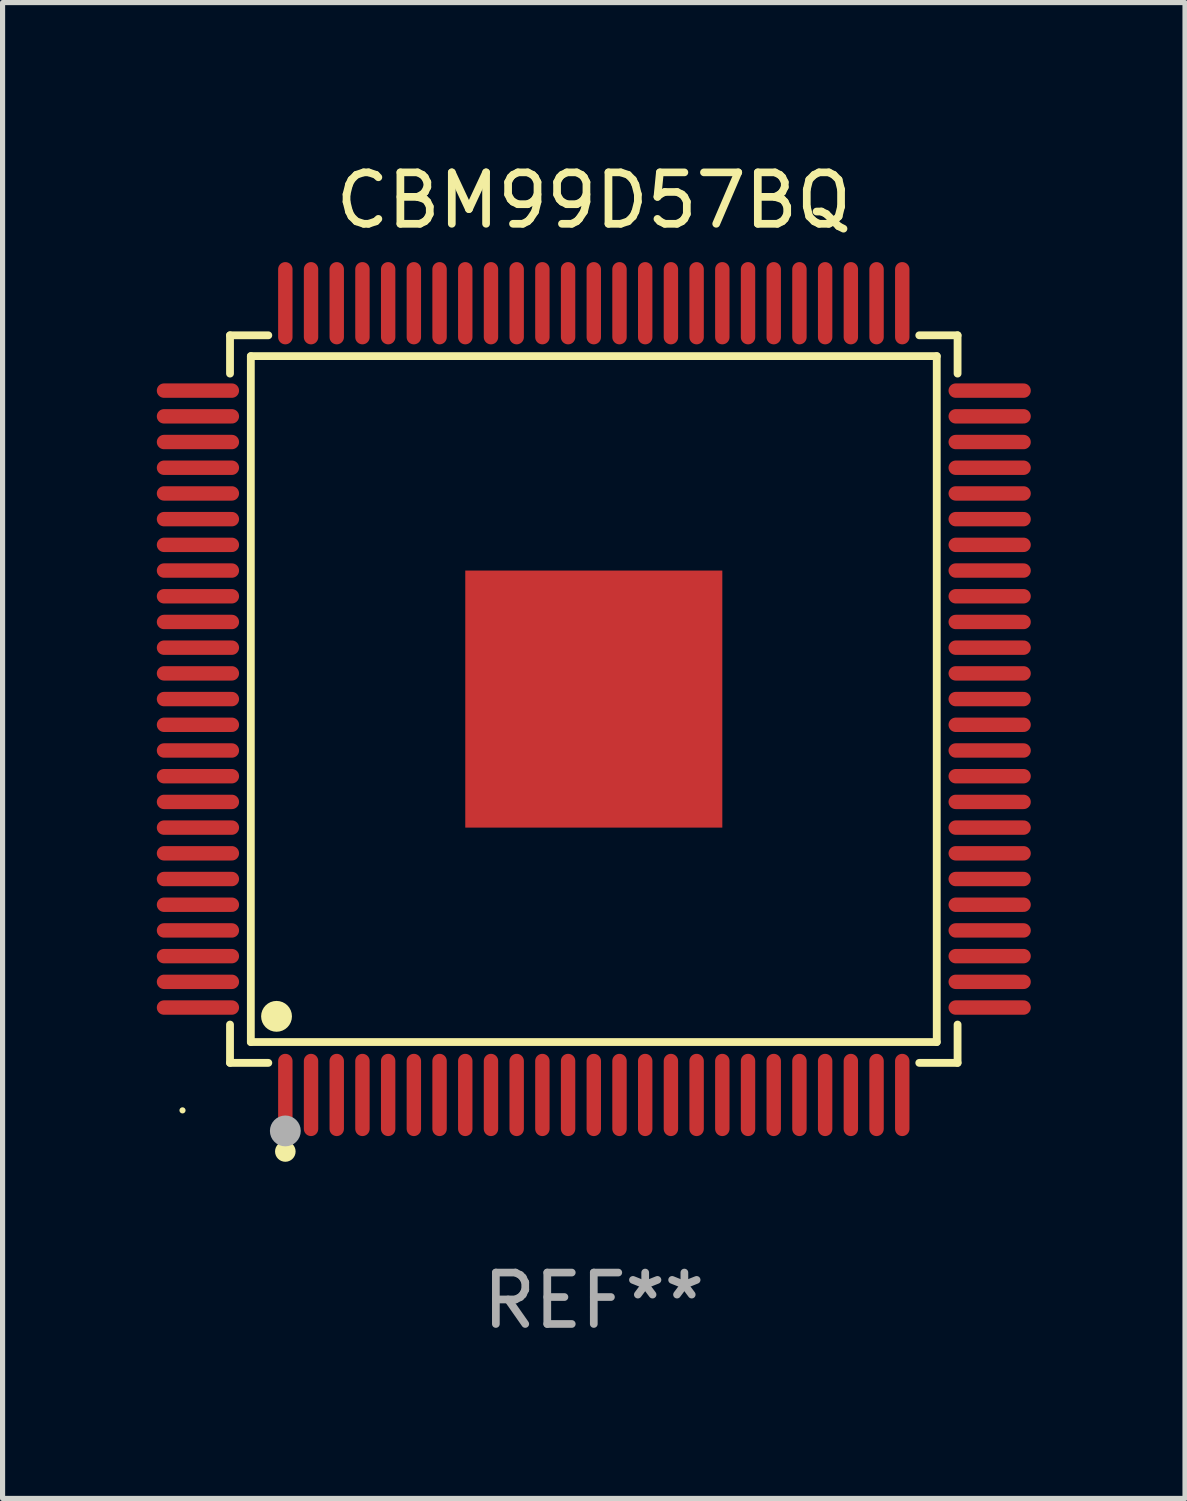
<source format=kicad_pcb>
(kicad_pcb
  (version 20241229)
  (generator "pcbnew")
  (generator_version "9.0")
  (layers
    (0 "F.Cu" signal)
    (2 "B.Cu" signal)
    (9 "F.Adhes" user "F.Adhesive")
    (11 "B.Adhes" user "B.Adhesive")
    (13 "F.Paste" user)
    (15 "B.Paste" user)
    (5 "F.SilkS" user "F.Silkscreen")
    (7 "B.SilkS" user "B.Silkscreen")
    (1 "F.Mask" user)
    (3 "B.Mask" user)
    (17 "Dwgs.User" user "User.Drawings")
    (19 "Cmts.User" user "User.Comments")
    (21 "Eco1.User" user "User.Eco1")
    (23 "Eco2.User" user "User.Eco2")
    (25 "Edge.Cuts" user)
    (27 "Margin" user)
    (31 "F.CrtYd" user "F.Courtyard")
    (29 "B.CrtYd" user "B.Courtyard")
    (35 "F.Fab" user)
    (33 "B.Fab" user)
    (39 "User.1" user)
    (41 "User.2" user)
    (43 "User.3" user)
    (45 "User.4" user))
  (footprint "CBM99D57BQ"
    (layer "F.Cu")
    (at 8.5 10.548)
    (property "Reference" "CBM99D57BQ" (at 0 -9.7 0) (layer "F.SilkS") (effects (font (size 1 1) (thickness 0.15))))
    (attr through_hole)
    (fp_line (start -7.076 -7.076) (end -6.331 -7.076) (stroke (width 0.152) (type solid)) (layer "F.SilkS"))
    (fp_line (start -7.076 -6.331) (end -7.076 -7.076) (stroke (width 0.152) (type solid)) (layer "F.SilkS"))
    (fp_line (start -7.076 6.331) (end -7.076 7.076) (stroke (width 0.152) (type solid)) (layer "F.SilkS"))
    (fp_line (start -7.076 7.076) (end -6.331 7.076) (stroke (width 0.152) (type solid)) (layer "F.SilkS"))
    (fp_line (start -6.671 -6.671) (end 6.671 -6.671) (stroke (width 0.152) (type solid)) (layer "F.SilkS"))
    (fp_line (start -6.671 6.671) (end -6.671 -6.671) (stroke (width 0.152) (type solid)) (layer "F.SilkS"))
    (fp_line (start 6.671 -6.671) (end 6.671 6.671) (stroke (width 0.152) (type solid)) (layer "F.SilkS"))
    (fp_line (start 6.671 6.671) (end -6.671 6.671) (stroke (width 0.152) (type solid)) (layer "F.SilkS"))
    (fp_line (start 7.076 -7.076) (end 6.331 -7.076) (stroke (width 0.152) (type solid)) (layer "F.SilkS"))
    (fp_line (start 7.076 -6.331) (end 7.076 -7.076) (stroke (width 0.152) (type solid)) (layer "F.SilkS"))
    (fp_line (start 7.076 6.331) (end 7.076 7.076) (stroke (width 0.152) (type solid)) (layer "F.SilkS"))
    (fp_line (start 7.076 7.076) (end 6.331 7.076) (stroke (width 0.152) (type solid)) (layer "F.SilkS"))
    (fp_circle (center -8 8) (end -7.97 8) (stroke (width 0.06) (type solid)) (fill no) (layer "F.SilkS"))
    (fp_circle (center -6.171 6.171) (end -6.021 6.171) (stroke (width 0.3) (type solid)) (fill no) (layer "F.SilkS"))
    (fp_circle (center -6 8.8) (end -5.9 8.8) (stroke (width 0.2) (type solid)) (fill no) (layer "F.SilkS"))
    (fp_circle (center -6 8.4) (end -5.85 8.4) (stroke (width 0.3) (type solid)) (fill no) (layer "F.Fab"))
    (fp_text user "REF**" (at 0 11.7 0) (layer "F.Fab") (effects (font (size 1 1) (thickness 0.15))))
    (pad "1" smd oval (at -6 7.7) (size 0.28 1.6) (layers "F.Cu" "F.Mask" "F.Paste"))
    (pad "2" smd oval (at -5.5 7.7) (size 0.28 1.6) (layers "F.Cu" "F.Mask" "F.Paste"))
    (pad "3" smd oval (at -5 7.7) (size 0.28 1.6) (layers "F.Cu" "F.Mask" "F.Paste"))
    (pad "4" smd oval (at -4.5 7.7) (size 0.28 1.6) (layers "F.Cu" "F.Mask" "F.Paste"))
    (pad "5" smd oval (at -4 7.7) (size 0.28 1.6) (layers "F.Cu" "F.Mask" "F.Paste"))
    (pad "6" smd oval (at -3.5 7.7) (size 0.28 1.6) (layers "F.Cu" "F.Mask" "F.Paste"))
    (pad "7" smd oval (at -3 7.7) (size 0.28 1.6) (layers "F.Cu" "F.Mask" "F.Paste"))
    (pad "8" smd oval (at -2.5 7.7) (size 0.28 1.6) (layers "F.Cu" "F.Mask" "F.Paste"))
    (pad "9" smd oval (at -2 7.7) (size 0.28 1.6) (layers "F.Cu" "F.Mask" "F.Paste"))
    (pad "10" smd oval (at -1.5 7.7) (size 0.28 1.6) (layers "F.Cu" "F.Mask" "F.Paste"))
    (pad "11" smd oval (at -1 7.7) (size 0.28 1.6) (layers "F.Cu" "F.Mask" "F.Paste"))
    (pad "12" smd oval (at -0.5 7.7) (size 0.28 1.6) (layers "F.Cu" "F.Mask" "F.Paste"))
    (pad "13" smd oval (at 0 7.7) (size 0.28 1.6) (layers "F.Cu" "F.Mask" "F.Paste"))
    (pad "14" smd oval (at 0.5 7.7) (size 0.28 1.6) (layers "F.Cu" "F.Mask" "F.Paste"))
    (pad "15" smd oval (at 1 7.7) (size 0.28 1.6) (layers "F.Cu" "F.Mask" "F.Paste"))
    (pad "16" smd oval (at 1.5 7.7) (size 0.28 1.6) (layers "F.Cu" "F.Mask" "F.Paste"))
    (pad "17" smd oval (at 2 7.7) (size 0.28 1.6) (layers "F.Cu" "F.Mask" "F.Paste"))
    (pad "18" smd oval (at 2.5 7.7) (size 0.28 1.6) (layers "F.Cu" "F.Mask" "F.Paste"))
    (pad "19" smd oval (at 3 7.7) (size 0.28 1.6) (layers "F.Cu" "F.Mask" "F.Paste"))
    (pad "20" smd oval (at 3.5 7.7) (size 0.28 1.6) (layers "F.Cu" "F.Mask" "F.Paste"))
    (pad "21" smd oval (at 4 7.7) (size 0.28 1.6) (layers "F.Cu" "F.Mask" "F.Paste"))
    (pad "22" smd oval (at 4.5 7.7) (size 0.28 1.6) (layers "F.Cu" "F.Mask" "F.Paste"))
    (pad "23" smd oval (at 5 7.7) (size 0.28 1.6) (layers "F.Cu" "F.Mask" "F.Paste"))
    (pad "24" smd oval (at 5.5 7.7) (size 0.28 1.6) (layers "F.Cu" "F.Mask" "F.Paste"))
    (pad "25" smd oval (at 6 7.7) (size 0.28 1.6) (layers "F.Cu" "F.Mask" "F.Paste"))
    (pad "26" smd oval (at 7.7 6) (size 1.6 0.28) (layers "F.Cu" "F.Mask" "F.Paste"))
    (pad "27" smd oval (at 7.7 5.5) (size 1.6 0.28) (layers "F.Cu" "F.Mask" "F.Paste"))
    (pad "28" smd oval (at 7.7 5) (size 1.6 0.28) (layers "F.Cu" "F.Mask" "F.Paste"))
    (pad "29" smd oval (at 7.7 4.5) (size 1.6 0.28) (layers "F.Cu" "F.Mask" "F.Paste"))
    (pad "30" smd oval (at 7.7 4) (size 1.6 0.28) (layers "F.Cu" "F.Mask" "F.Paste"))
    (pad "31" smd oval (at 7.7 3.5) (size 1.6 0.28) (layers "F.Cu" "F.Mask" "F.Paste"))
    (pad "32" smd oval (at 7.7 3) (size 1.6 0.28) (layers "F.Cu" "F.Mask" "F.Paste"))
    (pad "33" smd oval (at 7.7 2.5) (size 1.6 0.28) (layers "F.Cu" "F.Mask" "F.Paste"))
    (pad "34" smd oval (at 7.7 2) (size 1.6 0.28) (layers "F.Cu" "F.Mask" "F.Paste"))
    (pad "35" smd oval (at 7.7 1.5) (size 1.6 0.28) (layers "F.Cu" "F.Mask" "F.Paste"))
    (pad "36" smd oval (at 7.7 1) (size 1.6 0.28) (layers "F.Cu" "F.Mask" "F.Paste"))
    (pad "37" smd oval (at 7.7 0.5) (size 1.6 0.28) (layers "F.Cu" "F.Mask" "F.Paste"))
    (pad "38" smd oval (at 7.7 0) (size 1.6 0.28) (layers "F.Cu" "F.Mask" "F.Paste"))
    (pad "39" smd oval (at 7.7 -0.5) (size 1.6 0.28) (layers "F.Cu" "F.Mask" "F.Paste"))
    (pad "40" smd oval (at 7.7 -1) (size 1.6 0.28) (layers "F.Cu" "F.Mask" "F.Paste"))
    (pad "41" smd oval (at 7.7 -1.5) (size 1.6 0.28) (layers "F.Cu" "F.Mask" "F.Paste"))
    (pad "42" smd oval (at 7.7 -2) (size 1.6 0.28) (layers "F.Cu" "F.Mask" "F.Paste"))
    (pad "43" smd oval (at 7.7 -2.5) (size 1.6 0.28) (layers "F.Cu" "F.Mask" "F.Paste"))
    (pad "44" smd oval (at 7.7 -3) (size 1.6 0.28) (layers "F.Cu" "F.Mask" "F.Paste"))
    (pad "45" smd oval (at 7.7 -3.5) (size 1.6 0.28) (layers "F.Cu" "F.Mask" "F.Paste"))
    (pad "46" smd oval (at 7.7 -4) (size 1.6 0.28) (layers "F.Cu" "F.Mask" "F.Paste"))
    (pad "47" smd oval (at 7.7 -4.5) (size 1.6 0.28) (layers "F.Cu" "F.Mask" "F.Paste"))
    (pad "48" smd oval (at 7.7 -5) (size 1.6 0.28) (layers "F.Cu" "F.Mask" "F.Paste"))
    (pad "49" smd oval (at 7.7 -5.5) (size 1.6 0.28) (layers "F.Cu" "F.Mask" "F.Paste"))
    (pad "50" smd oval (at 7.7 -6) (size 1.6 0.28) (layers "F.Cu" "F.Mask" "F.Paste"))
    (pad "51" smd oval (at 6 -7.7) (size 0.28 1.6) (layers "F.Cu" "F.Mask" "F.Paste"))
    (pad "52" smd oval (at 5.5 -7.7) (size 0.28 1.6) (layers "F.Cu" "F.Mask" "F.Paste"))
    (pad "53" smd oval (at 5 -7.7) (size 0.28 1.6) (layers "F.Cu" "F.Mask" "F.Paste"))
    (pad "54" smd oval (at 4.5 -7.7) (size 0.28 1.6) (layers "F.Cu" "F.Mask" "F.Paste"))
    (pad "55" smd oval (at 4 -7.7) (size 0.28 1.6) (layers "F.Cu" "F.Mask" "F.Paste"))
    (pad "56" smd oval (at 3.5 -7.7) (size 0.28 1.6) (layers "F.Cu" "F.Mask" "F.Paste"))
    (pad "57" smd oval (at 3 -7.7) (size 0.28 1.6) (layers "F.Cu" "F.Mask" "F.Paste"))
    (pad "58" smd oval (at 2.5 -7.7) (size 0.28 1.6) (layers "F.Cu" "F.Mask" "F.Paste"))
    (pad "59" smd oval (at 2 -7.7) (size 0.28 1.6) (layers "F.Cu" "F.Mask" "F.Paste"))
    (pad "60" smd oval (at 1.5 -7.7) (size 0.28 1.6) (layers "F.Cu" "F.Mask" "F.Paste"))
    (pad "61" smd oval (at 1 -7.7) (size 0.28 1.6) (layers "F.Cu" "F.Mask" "F.Paste"))
    (pad "62" smd oval (at 0.5 -7.7) (size 0.28 1.6) (layers "F.Cu" "F.Mask" "F.Paste"))
    (pad "63" smd oval (at 0 -7.7) (size 0.28 1.6) (layers "F.Cu" "F.Mask" "F.Paste"))
    (pad "64" smd oval (at -0.5 -7.7) (size 0.28 1.6) (layers "F.Cu" "F.Mask" "F.Paste"))
    (pad "65" smd oval (at -1 -7.7) (size 0.28 1.6) (layers "F.Cu" "F.Mask" "F.Paste"))
    (pad "66" smd oval (at -1.5 -7.7) (size 0.28 1.6) (layers "F.Cu" "F.Mask" "F.Paste"))
    (pad "67" smd oval (at -2 -7.7) (size 0.28 1.6) (layers "F.Cu" "F.Mask" "F.Paste"))
    (pad "68" smd oval (at -2.5 -7.7) (size 0.28 1.6) (layers "F.Cu" "F.Mask" "F.Paste"))
    (pad "69" smd oval (at -3 -7.7) (size 0.28 1.6) (layers "F.Cu" "F.Mask" "F.Paste"))
    (pad "70" smd oval (at -3.5 -7.7) (size 0.28 1.6) (layers "F.Cu" "F.Mask" "F.Paste"))
    (pad "71" smd oval (at -4 -7.7) (size 0.28 1.6) (layers "F.Cu" "F.Mask" "F.Paste"))
    (pad "72" smd oval (at -4.5 -7.7) (size 0.28 1.6) (layers "F.Cu" "F.Mask" "F.Paste"))
    (pad "73" smd oval (at -5 -7.7) (size 0.28 1.6) (layers "F.Cu" "F.Mask" "F.Paste"))
    (pad "74" smd oval (at -5.5 -7.7) (size 0.28 1.6) (layers "F.Cu" "F.Mask" "F.Paste"))
    (pad "75" smd oval (at -6 -7.7) (size 0.28 1.6) (layers "F.Cu" "F.Mask" "F.Paste"))
    (pad "76" smd oval (at -7.7 -6) (size 1.6 0.28) (layers "F.Cu" "F.Mask" "F.Paste"))
    (pad "77" smd oval (at -7.7 -5.5) (size 1.6 0.28) (layers "F.Cu" "F.Mask" "F.Paste"))
    (pad "78" smd oval (at -7.7 -5) (size 1.6 0.28) (layers "F.Cu" "F.Mask" "F.Paste"))
    (pad "79" smd oval (at -7.7 -4.5) (size 1.6 0.28) (layers "F.Cu" "F.Mask" "F.Paste"))
    (pad "80" smd oval (at -7.7 -4) (size 1.6 0.28) (layers "F.Cu" "F.Mask" "F.Paste"))
    (pad "81" smd oval (at -7.7 -3.5) (size 1.6 0.28) (layers "F.Cu" "F.Mask" "F.Paste"))
    (pad "82" smd oval (at -7.7 -3) (size 1.6 0.28) (layers "F.Cu" "F.Mask" "F.Paste"))
    (pad "83" smd oval (at -7.7 -2.5) (size 1.6 0.28) (layers "F.Cu" "F.Mask" "F.Paste"))
    (pad "84" smd oval (at -7.7 -2) (size 1.6 0.28) (layers "F.Cu" "F.Mask" "F.Paste"))
    (pad "85" smd oval (at -7.7 -1.5) (size 1.6 0.28) (layers "F.Cu" "F.Mask" "F.Paste"))
    (pad "86" smd oval (at -7.7 -1) (size 1.6 0.28) (layers "F.Cu" "F.Mask" "F.Paste"))
    (pad "87" smd oval (at -7.7 -0.5) (size 1.6 0.28) (layers "F.Cu" "F.Mask" "F.Paste"))
    (pad "88" smd oval (at -7.7 0) (size 1.6 0.28) (layers "F.Cu" "F.Mask" "F.Paste"))
    (pad "89" smd oval (at -7.7 0.5) (size 1.6 0.28) (layers "F.Cu" "F.Mask" "F.Paste"))
    (pad "90" smd oval (at -7.7 1) (size 1.6 0.28) (layers "F.Cu" "F.Mask" "F.Paste"))
    (pad "91" smd oval (at -7.7 1.5) (size 1.6 0.28) (layers "F.Cu" "F.Mask" "F.Paste"))
    (pad "92" smd oval (at -7.7 2) (size 1.6 0.28) (layers "F.Cu" "F.Mask" "F.Paste"))
    (pad "93" smd oval (at -7.7 2.5) (size 1.6 0.28) (layers "F.Cu" "F.Mask" "F.Paste"))
    (pad "94" smd oval (at -7.7 3) (size 1.6 0.28) (layers "F.Cu" "F.Mask" "F.Paste"))
    (pad "95" smd oval (at -7.7 3.5) (size 1.6 0.28) (layers "F.Cu" "F.Mask" "F.Paste"))
    (pad "96" smd oval (at -7.7 4) (size 1.6 0.28) (layers "F.Cu" "F.Mask" "F.Paste"))
    (pad "97" smd oval (at -7.7 4.5) (size 1.6 0.28) (layers "F.Cu" "F.Mask" "F.Paste"))
    (pad "98" smd oval (at -7.7 5) (size 1.6 0.28) (layers "F.Cu" "F.Mask" "F.Paste"))
    (pad "99" smd oval (at -7.7 5.5) (size 1.6 0.28) (layers "F.Cu" "F.Mask" "F.Paste"))
    (pad "100" smd oval (at -7.7 6) (size 1.6 0.28) (layers "F.Cu" "F.Mask" "F.Paste"))
    (pad "101" smd rect (at 0 0) (size 5 5) (layers "F.Cu" "F.Mask" "F.Paste")))
  (gr_rect
    (start -3 -3)
    (end 20 26.097)
    (stroke (width 0.1) (type default))
    (fill no)
    (layer "Edge.Cuts")))
</source>
